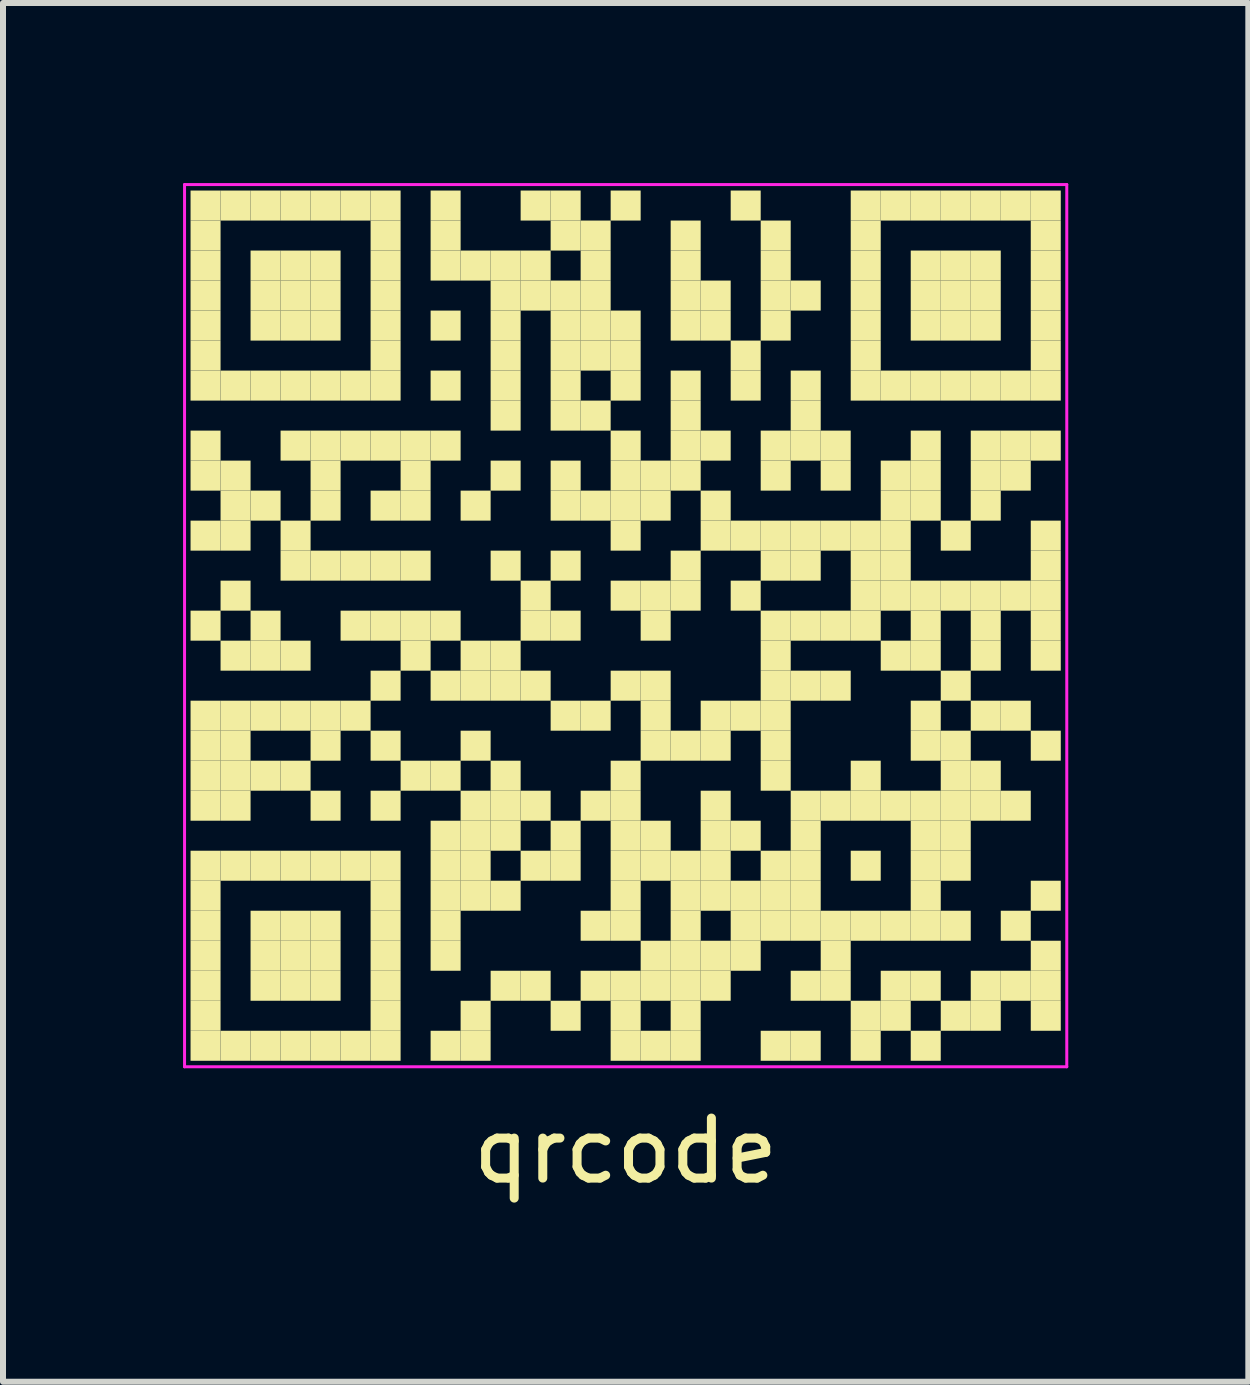
<source format=kicad_pcb>
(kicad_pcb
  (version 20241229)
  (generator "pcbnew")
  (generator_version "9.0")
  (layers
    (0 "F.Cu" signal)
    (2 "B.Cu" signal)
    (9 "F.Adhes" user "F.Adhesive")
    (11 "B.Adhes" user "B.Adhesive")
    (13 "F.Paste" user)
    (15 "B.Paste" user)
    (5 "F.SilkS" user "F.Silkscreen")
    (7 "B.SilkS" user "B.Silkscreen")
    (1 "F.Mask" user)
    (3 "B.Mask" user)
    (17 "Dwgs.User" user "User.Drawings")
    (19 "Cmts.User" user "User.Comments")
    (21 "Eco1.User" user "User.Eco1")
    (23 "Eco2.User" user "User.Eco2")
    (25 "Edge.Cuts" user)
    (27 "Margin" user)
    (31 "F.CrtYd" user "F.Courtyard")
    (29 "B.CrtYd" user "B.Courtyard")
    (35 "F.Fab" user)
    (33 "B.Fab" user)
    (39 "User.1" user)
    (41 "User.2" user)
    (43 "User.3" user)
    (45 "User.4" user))
  (footprint "qrcode"
    (layer "F.Cu")
    (at 7.375 7.375)
    (property "Reference" "qrcode" (at 0 8.75 0) (layer "F.SilkS") (effects (font (size 1 1) (thickness 0.15))))
    (fp_rect (start -7.25 -7.25) (end -6.75 -6.75) (stroke (width 0) (type default)) (fill yes) (layer "F.SilkS"))
    (fp_rect (start -7.25 -6.75) (end -6.75 -6.25) (stroke (width 0) (type default)) (fill yes) (layer "F.SilkS"))
    (fp_rect (start -7.25 -6.25) (end -6.75 -5.75) (stroke (width 0) (type default)) (fill yes) (layer "F.SilkS"))
    (fp_rect (start -7.25 -5.75) (end -6.75 -5.25) (stroke (width 0) (type default)) (fill yes) (layer "F.SilkS"))
    (fp_rect (start -7.25 -5.25) (end -6.75 -4.75) (stroke (width 0) (type default)) (fill yes) (layer "F.SilkS"))
    (fp_rect (start -7.25 -4.75) (end -6.75 -4.25) (stroke (width 0) (type default)) (fill yes) (layer "F.SilkS"))
    (fp_rect (start -7.25 -4.25) (end -6.75 -3.75) (stroke (width 0) (type default)) (fill yes) (layer "F.SilkS"))
    (fp_rect (start -7.25 -3.25) (end -6.75 -2.75) (stroke (width 0) (type default)) (fill yes) (layer "F.SilkS"))
    (fp_rect (start -7.25 -2.75) (end -6.75 -2.25) (stroke (width 0) (type default)) (fill yes) (layer "F.SilkS"))
    (fp_rect (start -7.25 -1.75) (end -6.75 -1.25) (stroke (width 0) (type default)) (fill yes) (layer "F.SilkS"))
    (fp_rect (start -7.25 -0.25) (end -6.75 0.25) (stroke (width 0) (type default)) (fill yes) (layer "F.SilkS"))
    (fp_rect (start -7.25 1.25) (end -6.75 1.75) (stroke (width 0) (type default)) (fill yes) (layer "F.SilkS"))
    (fp_rect (start -7.25 1.75) (end -6.75 2.25) (stroke (width 0) (type default)) (fill yes) (layer "F.SilkS"))
    (fp_rect (start -7.25 2.25) (end -6.75 2.75) (stroke (width 0) (type default)) (fill yes) (layer "F.SilkS"))
    (fp_rect (start -7.25 2.75) (end -6.75 3.25) (stroke (width 0) (type default)) (fill yes) (layer "F.SilkS"))
    (fp_rect (start -7.25 3.75) (end -6.75 4.25) (stroke (width 0) (type default)) (fill yes) (layer "F.SilkS"))
    (fp_rect (start -7.25 4.25) (end -6.75 4.75) (stroke (width 0) (type default)) (fill yes) (layer "F.SilkS"))
    (fp_rect (start -7.25 4.75) (end -6.75 5.25) (stroke (width 0) (type default)) (fill yes) (layer "F.SilkS"))
    (fp_rect (start -7.25 5.25) (end -6.75 5.75) (stroke (width 0) (type default)) (fill yes) (layer "F.SilkS"))
    (fp_rect (start -7.25 5.75) (end -6.75 6.25) (stroke (width 0) (type default)) (fill yes) (layer "F.SilkS"))
    (fp_rect (start -7.25 6.25) (end -6.75 6.75) (stroke (width 0) (type default)) (fill yes) (layer "F.SilkS"))
    (fp_rect (start -7.25 6.75) (end -6.75 7.25) (stroke (width 0) (type default)) (fill yes) (layer "F.SilkS"))
    (fp_rect (start -6.75 -7.25) (end -6.25 -6.75) (stroke (width 0) (type default)) (fill yes) (layer "F.SilkS"))
    (fp_rect (start -6.75 -4.25) (end -6.25 -3.75) (stroke (width 0) (type default)) (fill yes) (layer "F.SilkS"))
    (fp_rect (start -6.75 -2.75) (end -6.25 -2.25) (stroke (width 0) (type default)) (fill yes) (layer "F.SilkS"))
    (fp_rect (start -6.75 -2.25) (end -6.25 -1.75) (stroke (width 0) (type default)) (fill yes) (layer "F.SilkS"))
    (fp_rect (start -6.75 -1.75) (end -6.25 -1.25) (stroke (width 0) (type default)) (fill yes) (layer "F.SilkS"))
    (fp_rect (start -6.75 -0.75) (end -6.25 -0.25) (stroke (width 0) (type default)) (fill yes) (layer "F.SilkS"))
    (fp_rect (start -6.75 0.25) (end -6.25 0.75) (stroke (width 0) (type default)) (fill yes) (layer "F.SilkS"))
    (fp_rect (start -6.75 1.25) (end -6.25 1.75) (stroke (width 0) (type default)) (fill yes) (layer "F.SilkS"))
    (fp_rect (start -6.75 1.75) (end -6.25 2.25) (stroke (width 0) (type default)) (fill yes) (layer "F.SilkS"))
    (fp_rect (start -6.75 2.25) (end -6.25 2.75) (stroke (width 0) (type default)) (fill yes) (layer "F.SilkS"))
    (fp_rect (start -6.75 2.75) (end -6.25 3.25) (stroke (width 0) (type default)) (fill yes) (layer "F.SilkS"))
    (fp_rect (start -6.75 3.75) (end -6.25 4.25) (stroke (width 0) (type default)) (fill yes) (layer "F.SilkS"))
    (fp_rect (start -6.75 6.75) (end -6.25 7.25) (stroke (width 0) (type default)) (fill yes) (layer "F.SilkS"))
    (fp_rect (start -6.25 -7.25) (end -5.75 -6.75) (stroke (width 0) (type default)) (fill yes) (layer "F.SilkS"))
    (fp_rect (start -6.25 -6.25) (end -5.75 -5.75) (stroke (width 0) (type default)) (fill yes) (layer "F.SilkS"))
    (fp_rect (start -6.25 -5.75) (end -5.75 -5.25) (stroke (width 0) (type default)) (fill yes) (layer "F.SilkS"))
    (fp_rect (start -6.25 -5.25) (end -5.75 -4.75) (stroke (width 0) (type default)) (fill yes) (layer "F.SilkS"))
    (fp_rect (start -6.25 -4.25) (end -5.75 -3.75) (stroke (width 0) (type default)) (fill yes) (layer "F.SilkS"))
    (fp_rect (start -6.25 -2.25) (end -5.75 -1.75) (stroke (width 0) (type default)) (fill yes) (layer "F.SilkS"))
    (fp_rect (start -6.25 -0.25) (end -5.75 0.25) (stroke (width 0) (type default)) (fill yes) (layer "F.SilkS"))
    (fp_rect (start -6.25 0.25) (end -5.75 0.75) (stroke (width 0) (type default)) (fill yes) (layer "F.SilkS"))
    (fp_rect (start -6.25 1.25) (end -5.75 1.75) (stroke (width 0) (type default)) (fill yes) (layer "F.SilkS"))
    (fp_rect (start -6.25 2.25) (end -5.75 2.75) (stroke (width 0) (type default)) (fill yes) (layer "F.SilkS"))
    (fp_rect (start -6.25 3.75) (end -5.75 4.25) (stroke (width 0) (type default)) (fill yes) (layer "F.SilkS"))
    (fp_rect (start -6.25 4.75) (end -5.75 5.25) (stroke (width 0) (type default)) (fill yes) (layer "F.SilkS"))
    (fp_rect (start -6.25 5.25) (end -5.75 5.75) (stroke (width 0) (type default)) (fill yes) (layer "F.SilkS"))
    (fp_rect (start -6.25 5.75) (end -5.75 6.25) (stroke (width 0) (type default)) (fill yes) (layer "F.SilkS"))
    (fp_rect (start -6.25 6.75) (end -5.75 7.25) (stroke (width 0) (type default)) (fill yes) (layer "F.SilkS"))
    (fp_rect (start -5.75 -7.25) (end -5.25 -6.75) (stroke (width 0) (type default)) (fill yes) (layer "F.SilkS"))
    (fp_rect (start -5.75 -6.25) (end -5.25 -5.75) (stroke (width 0) (type default)) (fill yes) (layer "F.SilkS"))
    (fp_rect (start -5.75 -5.75) (end -5.25 -5.25) (stroke (width 0) (type default)) (fill yes) (layer "F.SilkS"))
    (fp_rect (start -5.75 -5.25) (end -5.25 -4.75) (stroke (width 0) (type default)) (fill yes) (layer "F.SilkS"))
    (fp_rect (start -5.75 -4.25) (end -5.25 -3.75) (stroke (width 0) (type default)) (fill yes) (layer "F.SilkS"))
    (fp_rect (start -5.75 -3.25) (end -5.25 -2.75) (stroke (width 0) (type default)) (fill yes) (layer "F.SilkS"))
    (fp_rect (start -5.75 -1.75) (end -5.25 -1.25) (stroke (width 0) (type default)) (fill yes) (layer "F.SilkS"))
    (fp_rect (start -5.75 -1.25) (end -5.25 -0.75) (stroke (width 0) (type default)) (fill yes) (layer "F.SilkS"))
    (fp_rect (start -5.75 0.25) (end -5.25 0.75) (stroke (width 0) (type default)) (fill yes) (layer "F.SilkS"))
    (fp_rect (start -5.75 1.25) (end -5.25 1.75) (stroke (width 0) (type default)) (fill yes) (layer "F.SilkS"))
    (fp_rect (start -5.75 2.25) (end -5.25 2.75) (stroke (width 0) (type default)) (fill yes) (layer "F.SilkS"))
    (fp_rect (start -5.75 3.75) (end -5.25 4.25) (stroke (width 0) (type default)) (fill yes) (layer "F.SilkS"))
    (fp_rect (start -5.75 4.75) (end -5.25 5.25) (stroke (width 0) (type default)) (fill yes) (layer "F.SilkS"))
    (fp_rect (start -5.75 5.25) (end -5.25 5.75) (stroke (width 0) (type default)) (fill yes) (layer "F.SilkS"))
    (fp_rect (start -5.75 5.75) (end -5.25 6.25) (stroke (width 0) (type default)) (fill yes) (layer "F.SilkS"))
    (fp_rect (start -5.75 6.75) (end -5.25 7.25) (stroke (width 0) (type default)) (fill yes) (layer "F.SilkS"))
    (fp_rect (start -5.25 -7.25) (end -4.75 -6.75) (stroke (width 0) (type default)) (fill yes) (layer "F.SilkS"))
    (fp_rect (start -5.25 -6.25) (end -4.75 -5.75) (stroke (width 0) (type default)) (fill yes) (layer "F.SilkS"))
    (fp_rect (start -5.25 -5.75) (end -4.75 -5.25) (stroke (width 0) (type default)) (fill yes) (layer "F.SilkS"))
    (fp_rect (start -5.25 -5.25) (end -4.75 -4.75) (stroke (width 0) (type default)) (fill yes) (layer "F.SilkS"))
    (fp_rect (start -5.25 -4.25) (end -4.75 -3.75) (stroke (width 0) (type default)) (fill yes) (layer "F.SilkS"))
    (fp_rect (start -5.25 -3.25) (end -4.75 -2.75) (stroke (width 0) (type default)) (fill yes) (layer "F.SilkS"))
    (fp_rect (start -5.25 -2.75) (end -4.75 -2.25) (stroke (width 0) (type default)) (fill yes) (layer "F.SilkS"))
    (fp_rect (start -5.25 -2.25) (end -4.75 -1.75) (stroke (width 0) (type default)) (fill yes) (layer "F.SilkS"))
    (fp_rect (start -5.25 -1.25) (end -4.75 -0.75) (stroke (width 0) (type default)) (fill yes) (layer "F.SilkS"))
    (fp_rect (start -5.25 1.25) (end -4.75 1.75) (stroke (width 0) (type default)) (fill yes) (layer "F.SilkS"))
    (fp_rect (start -5.25 1.75) (end -4.75 2.25) (stroke (width 0) (type default)) (fill yes) (layer "F.SilkS"))
    (fp_rect (start -5.25 2.75) (end -4.75 3.25) (stroke (width 0) (type default)) (fill yes) (layer "F.SilkS"))
    (fp_rect (start -5.25 3.75) (end -4.75 4.25) (stroke (width 0) (type default)) (fill yes) (layer "F.SilkS"))
    (fp_rect (start -5.25 4.75) (end -4.75 5.25) (stroke (width 0) (type default)) (fill yes) (layer "F.SilkS"))
    (fp_rect (start -5.25 5.25) (end -4.75 5.75) (stroke (width 0) (type default)) (fill yes) (layer "F.SilkS"))
    (fp_rect (start -5.25 5.75) (end -4.75 6.25) (stroke (width 0) (type default)) (fill yes) (layer "F.SilkS"))
    (fp_rect (start -5.25 6.75) (end -4.75 7.25) (stroke (width 0) (type default)) (fill yes) (layer "F.SilkS"))
    (fp_rect (start -4.75 -7.25) (end -4.25 -6.75) (stroke (width 0) (type default)) (fill yes) (layer "F.SilkS"))
    (fp_rect (start -4.75 -4.25) (end -4.25 -3.75) (stroke (width 0) (type default)) (fill yes) (layer "F.SilkS"))
    (fp_rect (start -4.75 -3.25) (end -4.25 -2.75) (stroke (width 0) (type default)) (fill yes) (layer "F.SilkS"))
    (fp_rect (start -4.75 -1.25) (end -4.25 -0.75) (stroke (width 0) (type default)) (fill yes) (layer "F.SilkS"))
    (fp_rect (start -4.75 -0.25) (end -4.25 0.25) (stroke (width 0) (type default)) (fill yes) (layer "F.SilkS"))
    (fp_rect (start -4.75 1.25) (end -4.25 1.75) (stroke (width 0) (type default)) (fill yes) (layer "F.SilkS"))
    (fp_rect (start -4.75 3.75) (end -4.25 4.25) (stroke (width 0) (type default)) (fill yes) (layer "F.SilkS"))
    (fp_rect (start -4.75 6.75) (end -4.25 7.25) (stroke (width 0) (type default)) (fill yes) (layer "F.SilkS"))
    (fp_rect (start -4.25 -7.25) (end -3.75 -6.75) (stroke (width 0) (type default)) (fill yes) (layer "F.SilkS"))
    (fp_rect (start -4.25 -6.75) (end -3.75 -6.25) (stroke (width 0) (type default)) (fill yes) (layer "F.SilkS"))
    (fp_rect (start -4.25 -6.25) (end -3.75 -5.75) (stroke (width 0) (type default)) (fill yes) (layer "F.SilkS"))
    (fp_rect (start -4.25 -5.75) (end -3.75 -5.25) (stroke (width 0) (type default)) (fill yes) (layer "F.SilkS"))
    (fp_rect (start -4.25 -5.25) (end -3.75 -4.75) (stroke (width 0) (type default)) (fill yes) (layer "F.SilkS"))
    (fp_rect (start -4.25 -4.75) (end -3.75 -4.25) (stroke (width 0) (type default)) (fill yes) (layer "F.SilkS"))
    (fp_rect (start -4.25 -4.25) (end -3.75 -3.75) (stroke (width 0) (type default)) (fill yes) (layer "F.SilkS"))
    (fp_rect (start -4.25 -3.25) (end -3.75 -2.75) (stroke (width 0) (type default)) (fill yes) (layer "F.SilkS"))
    (fp_rect (start -4.25 -2.25) (end -3.75 -1.75) (stroke (width 0) (type default)) (fill yes) (layer "F.SilkS"))
    (fp_rect (start -4.25 -1.25) (end -3.75 -0.75) (stroke (width 0) (type default)) (fill yes) (layer "F.SilkS"))
    (fp_rect (start -4.25 -0.25) (end -3.75 0.25) (stroke (width 0) (type default)) (fill yes) (layer "F.SilkS"))
    (fp_rect (start -4.25 0.75) (end -3.75 1.25) (stroke (width 0) (type default)) (fill yes) (layer "F.SilkS"))
    (fp_rect (start -4.25 1.75) (end -3.75 2.25) (stroke (width 0) (type default)) (fill yes) (layer "F.SilkS"))
    (fp_rect (start -4.25 2.75) (end -3.75 3.25) (stroke (width 0) (type default)) (fill yes) (layer "F.SilkS"))
    (fp_rect (start -4.25 3.75) (end -3.75 4.25) (stroke (width 0) (type default)) (fill yes) (layer "F.SilkS"))
    (fp_rect (start -4.25 4.25) (end -3.75 4.75) (stroke (width 0) (type default)) (fill yes) (layer "F.SilkS"))
    (fp_rect (start -4.25 4.75) (end -3.75 5.25) (stroke (width 0) (type default)) (fill yes) (layer "F.SilkS"))
    (fp_rect (start -4.25 5.25) (end -3.75 5.75) (stroke (width 0) (type default)) (fill yes) (layer "F.SilkS"))
    (fp_rect (start -4.25 5.75) (end -3.75 6.25) (stroke (width 0) (type default)) (fill yes) (layer "F.SilkS"))
    (fp_rect (start -4.25 6.25) (end -3.75 6.75) (stroke (width 0) (type default)) (fill yes) (layer "F.SilkS"))
    (fp_rect (start -4.25 6.75) (end -3.75 7.25) (stroke (width 0) (type default)) (fill yes) (layer "F.SilkS"))
    (fp_rect (start -3.75 -3.25) (end -3.25 -2.75) (stroke (width 0) (type default)) (fill yes) (layer "F.SilkS"))
    (fp_rect (start -3.75 -2.75) (end -3.25 -2.25) (stroke (width 0) (type default)) (fill yes) (layer "F.SilkS"))
    (fp_rect (start -3.75 -2.25) (end -3.25 -1.75) (stroke (width 0) (type default)) (fill yes) (layer "F.SilkS"))
    (fp_rect (start -3.75 -1.25) (end -3.25 -0.75) (stroke (width 0) (type default)) (fill yes) (layer "F.SilkS"))
    (fp_rect (start -3.75 -0.25) (end -3.25 0.25) (stroke (width 0) (type default)) (fill yes) (layer "F.SilkS"))
    (fp_rect (start -3.75 0.25) (end -3.25 0.75) (stroke (width 0) (type default)) (fill yes) (layer "F.SilkS"))
    (fp_rect (start -3.75 2.25) (end -3.25 2.75) (stroke (width 0) (type default)) (fill yes) (layer "F.SilkS"))
    (fp_rect (start -3.25 -7.25) (end -2.75 -6.75) (stroke (width 0) (type default)) (fill yes) (layer "F.SilkS"))
    (fp_rect (start -3.25 -6.75) (end -2.75 -6.25) (stroke (width 0) (type default)) (fill yes) (layer "F.SilkS"))
    (fp_rect (start -3.25 -6.25) (end -2.75 -5.75) (stroke (width 0) (type default)) (fill yes) (layer "F.SilkS"))
    (fp_rect (start -3.25 -5.25) (end -2.75 -4.75) (stroke (width 0) (type default)) (fill yes) (layer "F.SilkS"))
    (fp_rect (start -3.25 -4.25) (end -2.75 -3.75) (stroke (width 0) (type default)) (fill yes) (layer "F.SilkS"))
    (fp_rect (start -3.25 -3.25) (end -2.75 -2.75) (stroke (width 0) (type default)) (fill yes) (layer "F.SilkS"))
    (fp_rect (start -3.25 -0.25) (end -2.75 0.25) (stroke (width 0) (type default)) (fill yes) (layer "F.SilkS"))
    (fp_rect (start -3.25 0.75) (end -2.75 1.25) (stroke (width 0) (type default)) (fill yes) (layer "F.SilkS"))
    (fp_rect (start -3.25 2.25) (end -2.75 2.75) (stroke (width 0) (type default)) (fill yes) (layer "F.SilkS"))
    (fp_rect (start -3.25 3.25) (end -2.75 3.75) (stroke (width 0) (type default)) (fill yes) (layer "F.SilkS"))
    (fp_rect (start -3.25 3.75) (end -2.75 4.25) (stroke (width 0) (type default)) (fill yes) (layer "F.SilkS"))
    (fp_rect (start -3.25 4.25) (end -2.75 4.75) (stroke (width 0) (type default)) (fill yes) (layer "F.SilkS"))
    (fp_rect (start -3.25 4.75) (end -2.75 5.25) (stroke (width 0) (type default)) (fill yes) (layer "F.SilkS"))
    (fp_rect (start -3.25 5.25) (end -2.75 5.75) (stroke (width 0) (type default)) (fill yes) (layer "F.SilkS"))
    (fp_rect (start -3.25 6.75) (end -2.75 7.25) (stroke (width 0) (type default)) (fill yes) (layer "F.SilkS"))
    (fp_rect (start -2.75 -6.25) (end -2.25 -5.75) (stroke (width 0) (type default)) (fill yes) (layer "F.SilkS"))
    (fp_rect (start -2.75 -2.25) (end -2.25 -1.75) (stroke (width 0) (type default)) (fill yes) (layer "F.SilkS"))
    (fp_rect (start -2.75 0.25) (end -2.25 0.75) (stroke (width 0) (type default)) (fill yes) (layer "F.SilkS"))
    (fp_rect (start -2.75 0.75) (end -2.25 1.25) (stroke (width 0) (type default)) (fill yes) (layer "F.SilkS"))
    (fp_rect (start -2.75 1.75) (end -2.25 2.25) (stroke (width 0) (type default)) (fill yes) (layer "F.SilkS"))
    (fp_rect (start -2.75 2.75) (end -2.25 3.25) (stroke (width 0) (type default)) (fill yes) (layer "F.SilkS"))
    (fp_rect (start -2.75 3.25) (end -2.25 3.75) (stroke (width 0) (type default)) (fill yes) (layer "F.SilkS"))
    (fp_rect (start -2.75 3.75) (end -2.25 4.25) (stroke (width 0) (type default)) (fill yes) (layer "F.SilkS"))
    (fp_rect (start -2.75 4.25) (end -2.25 4.75) (stroke (width 0) (type default)) (fill yes) (layer "F.SilkS"))
    (fp_rect (start -2.75 6.25) (end -2.25 6.75) (stroke (width 0) (type default)) (fill yes) (layer "F.SilkS"))
    (fp_rect (start -2.75 6.75) (end -2.25 7.25) (stroke (width 0) (type default)) (fill yes) (layer "F.SilkS"))
    (fp_rect (start -2.25 -6.25) (end -1.75 -5.75) (stroke (width 0) (type default)) (fill yes) (layer "F.SilkS"))
    (fp_rect (start -2.25 -5.75) (end -1.75 -5.25) (stroke (width 0) (type default)) (fill yes) (layer "F.SilkS"))
    (fp_rect (start -2.25 -5.25) (end -1.75 -4.75) (stroke (width 0) (type default)) (fill yes) (layer "F.SilkS"))
    (fp_rect (start -2.25 -4.75) (end -1.75 -4.25) (stroke (width 0) (type default)) (fill yes) (layer "F.SilkS"))
    (fp_rect (start -2.25 -4.25) (end -1.75 -3.75) (stroke (width 0) (type default)) (fill yes) (layer "F.SilkS"))
    (fp_rect (start -2.25 -3.75) (end -1.75 -3.25) (stroke (width 0) (type default)) (fill yes) (layer "F.SilkS"))
    (fp_rect (start -2.25 -2.75) (end -1.75 -2.25) (stroke (width 0) (type default)) (fill yes) (layer "F.SilkS"))
    (fp_rect (start -2.25 -1.25) (end -1.75 -0.75) (stroke (width 0) (type default)) (fill yes) (layer "F.SilkS"))
    (fp_rect (start -2.25 0.25) (end -1.75 0.75) (stroke (width 0) (type default)) (fill yes) (layer "F.SilkS"))
    (fp_rect (start -2.25 0.75) (end -1.75 1.25) (stroke (width 0) (type default)) (fill yes) (layer "F.SilkS"))
    (fp_rect (start -2.25 2.25) (end -1.75 2.75) (stroke (width 0) (type default)) (fill yes) (layer "F.SilkS"))
    (fp_rect (start -2.25 2.75) (end -1.75 3.25) (stroke (width 0) (type default)) (fill yes) (layer "F.SilkS"))
    (fp_rect (start -2.25 3.25) (end -1.75 3.75) (stroke (width 0) (type default)) (fill yes) (layer "F.SilkS"))
    (fp_rect (start -2.25 4.25) (end -1.75 4.75) (stroke (width 0) (type default)) (fill yes) (layer "F.SilkS"))
    (fp_rect (start -2.25 5.75) (end -1.75 6.25) (stroke (width 0) (type default)) (fill yes) (layer "F.SilkS"))
    (fp_rect (start -1.75 -7.25) (end -1.25 -6.75) (stroke (width 0) (type default)) (fill yes) (layer "F.SilkS"))
    (fp_rect (start -1.75 -6.25) (end -1.25 -5.75) (stroke (width 0) (type default)) (fill yes) (layer "F.SilkS"))
    (fp_rect (start -1.75 -5.75) (end -1.25 -5.25) (stroke (width 0) (type default)) (fill yes) (layer "F.SilkS"))
    (fp_rect (start -1.75 -0.75) (end -1.25 -0.25) (stroke (width 0) (type default)) (fill yes) (layer "F.SilkS"))
    (fp_rect (start -1.75 -0.25) (end -1.25 0.25) (stroke (width 0) (type default)) (fill yes) (layer "F.SilkS"))
    (fp_rect (start -1.75 0.75) (end -1.25 1.25) (stroke (width 0) (type default)) (fill yes) (layer "F.SilkS"))
    (fp_rect (start -1.75 2.75) (end -1.25 3.25) (stroke (width 0) (type default)) (fill yes) (layer "F.SilkS"))
    (fp_rect (start -1.75 3.75) (end -1.25 4.25) (stroke (width 0) (type default)) (fill yes) (layer "F.SilkS"))
    (fp_rect (start -1.75 5.75) (end -1.25 6.25) (stroke (width 0) (type default)) (fill yes) (layer "F.SilkS"))
    (fp_rect (start -1.25 -7.25) (end -0.75 -6.75) (stroke (width 0) (type default)) (fill yes) (layer "F.SilkS"))
    (fp_rect (start -1.25 -6.75) (end -0.75 -6.25) (stroke (width 0) (type default)) (fill yes) (layer "F.SilkS"))
    (fp_rect (start -1.25 -5.75) (end -0.75 -5.25) (stroke (width 0) (type default)) (fill yes) (layer "F.SilkS"))
    (fp_rect (start -1.25 -5.25) (end -0.75 -4.75) (stroke (width 0) (type default)) (fill yes) (layer "F.SilkS"))
    (fp_rect (start -1.25 -4.75) (end -0.75 -4.25) (stroke (width 0) (type default)) (fill yes) (layer "F.SilkS"))
    (fp_rect (start -1.25 -4.25) (end -0.75 -3.75) (stroke (width 0) (type default)) (fill yes) (layer "F.SilkS"))
    (fp_rect (start -1.25 -3.75) (end -0.75 -3.25) (stroke (width 0) (type default)) (fill yes) (layer "F.SilkS"))
    (fp_rect (start -1.25 -2.75) (end -0.75 -2.25) (stroke (width 0) (type default)) (fill yes) (layer "F.SilkS"))
    (fp_rect (start -1.25 -2.25) (end -0.75 -1.75) (stroke (width 0) (type default)) (fill yes) (layer "F.SilkS"))
    (fp_rect (start -1.25 -1.25) (end -0.75 -0.75) (stroke (width 0) (type default)) (fill yes) (layer "F.SilkS"))
    (fp_rect (start -1.25 -0.25) (end -0.75 0.25) (stroke (width 0) (type default)) (fill yes) (layer "F.SilkS"))
    (fp_rect (start -1.25 1.25) (end -0.75 1.75) (stroke (width 0) (type default)) (fill yes) (layer "F.SilkS"))
    (fp_rect (start -1.25 3.25) (end -0.75 3.75) (stroke (width 0) (type default)) (fill yes) (layer "F.SilkS"))
    (fp_rect (start -1.25 3.75) (end -0.75 4.25) (stroke (width 0) (type default)) (fill yes) (layer "F.SilkS"))
    (fp_rect (start -1.25 6.25) (end -0.75 6.75) (stroke (width 0) (type default)) (fill yes) (layer "F.SilkS"))
    (fp_rect (start -0.75 -6.75) (end -0.25 -6.25) (stroke (width 0) (type default)) (fill yes) (layer "F.SilkS"))
    (fp_rect (start -0.75 -6.25) (end -0.25 -5.75) (stroke (width 0) (type default)) (fill yes) (layer "F.SilkS"))
    (fp_rect (start -0.75 -5.75) (end -0.25 -5.25) (stroke (width 0) (type default)) (fill yes) (layer "F.SilkS"))
    (fp_rect (start -0.75 -5.25) (end -0.25 -4.75) (stroke (width 0) (type default)) (fill yes) (layer "F.SilkS"))
    (fp_rect (start -0.75 -4.75) (end -0.25 -4.25) (stroke (width 0) (type default)) (fill yes) (layer "F.SilkS"))
    (fp_rect (start -0.75 -3.75) (end -0.25 -3.25) (stroke (width 0) (type default)) (fill yes) (layer "F.SilkS"))
    (fp_rect (start -0.75 -2.25) (end -0.25 -1.75) (stroke (width 0) (type default)) (fill yes) (layer "F.SilkS"))
    (fp_rect (start -0.75 1.25) (end -0.25 1.75) (stroke (width 0) (type default)) (fill yes) (layer "F.SilkS"))
    (fp_rect (start -0.75 2.75) (end -0.25 3.25) (stroke (width 0) (type default)) (fill yes) (layer "F.SilkS"))
    (fp_rect (start -0.75 4.75) (end -0.25 5.25) (stroke (width 0) (type default)) (fill yes) (layer "F.SilkS"))
    (fp_rect (start -0.75 5.75) (end -0.25 6.25) (stroke (width 0) (type default)) (fill yes) (layer "F.SilkS"))
    (fp_rect (start -0.25 -7.25) (end 0.25 -6.75) (stroke (width 0) (type default)) (fill yes) (layer "F.SilkS"))
    (fp_rect (start -0.25 -5.25) (end 0.25 -4.75) (stroke (width 0) (type default)) (fill yes) (layer "F.SilkS"))
    (fp_rect (start -0.25 -4.75) (end 0.25 -4.25) (stroke (width 0) (type default)) (fill yes) (layer "F.SilkS"))
    (fp_rect (start -0.25 -4.25) (end 0.25 -3.75) (stroke (width 0) (type default)) (fill yes) (layer "F.SilkS"))
    (fp_rect (start -0.25 -3.25) (end 0.25 -2.75) (stroke (width 0) (type default)) (fill yes) (layer "F.SilkS"))
    (fp_rect (start -0.25 -2.75) (end 0.25 -2.25) (stroke (width 0) (type default)) (fill yes) (layer "F.SilkS"))
    (fp_rect (start -0.25 -2.25) (end 0.25 -1.75) (stroke (width 0) (type default)) (fill yes) (layer "F.SilkS"))
    (fp_rect (start -0.25 -1.75) (end 0.25 -1.25) (stroke (width 0) (type default)) (fill yes) (layer "F.SilkS"))
    (fp_rect (start -0.25 -0.75) (end 0.25 -0.25) (stroke (width 0) (type default)) (fill yes) (layer "F.SilkS"))
    (fp_rect (start -0.25 0.75) (end 0.25 1.25) (stroke (width 0) (type default)) (fill yes) (layer "F.SilkS"))
    (fp_rect (start -0.25 2.25) (end 0.25 2.75) (stroke (width 0) (type default)) (fill yes) (layer "F.SilkS"))
    (fp_rect (start -0.25 2.75) (end 0.25 3.25) (stroke (width 0) (type default)) (fill yes) (layer "F.SilkS"))
    (fp_rect (start -0.25 3.25) (end 0.25 3.75) (stroke (width 0) (type default)) (fill yes) (layer "F.SilkS"))
    (fp_rect (start -0.25 3.75) (end 0.25 4.25) (stroke (width 0) (type default)) (fill yes) (layer "F.SilkS"))
    (fp_rect (start -0.25 4.25) (end 0.25 4.75) (stroke (width 0) (type default)) (fill yes) (layer "F.SilkS"))
    (fp_rect (start -0.25 4.75) (end 0.25 5.25) (stroke (width 0) (type default)) (fill yes) (layer "F.SilkS"))
    (fp_rect (start -0.25 5.75) (end 0.25 6.25) (stroke (width 0) (type default)) (fill yes) (layer "F.SilkS"))
    (fp_rect (start -0.25 6.25) (end 0.25 6.75) (stroke (width 0) (type default)) (fill yes) (layer "F.SilkS"))
    (fp_rect (start -0.25 6.75) (end 0.25 7.25) (stroke (width 0) (type default)) (fill yes) (layer "F.SilkS"))
    (fp_rect (start 0.25 -2.75) (end 0.75 -2.25) (stroke (width 0) (type default)) (fill yes) (layer "F.SilkS"))
    (fp_rect (start 0.25 -2.25) (end 0.75 -1.75) (stroke (width 0) (type default)) (fill yes) (layer "F.SilkS"))
    (fp_rect (start 0.25 -0.75) (end 0.75 -0.25) (stroke (width 0) (type default)) (fill yes) (layer "F.SilkS"))
    (fp_rect (start 0.25 -0.25) (end 0.75 0.25) (stroke (width 0) (type default)) (fill yes) (layer "F.SilkS"))
    (fp_rect (start 0.25 0.75) (end 0.75 1.25) (stroke (width 0) (type default)) (fill yes) (layer "F.SilkS"))
    (fp_rect (start 0.25 1.25) (end 0.75 1.75) (stroke (width 0) (type default)) (fill yes) (layer "F.SilkS"))
    (fp_rect (start 0.25 1.75) (end 0.75 2.25) (stroke (width 0) (type default)) (fill yes) (layer "F.SilkS"))
    (fp_rect (start 0.25 3.25) (end 0.75 3.75) (stroke (width 0) (type default)) (fill yes) (layer "F.SilkS"))
    (fp_rect (start 0.25 3.75) (end 0.75 4.25) (stroke (width 0) (type default)) (fill yes) (layer "F.SilkS"))
    (fp_rect (start 0.25 5.25) (end 0.75 5.75) (stroke (width 0) (type default)) (fill yes) (layer "F.SilkS"))
    (fp_rect (start 0.25 5.75) (end 0.75 6.25) (stroke (width 0) (type default)) (fill yes) (layer "F.SilkS"))
    (fp_rect (start 0.25 6.75) (end 0.75 7.25) (stroke (width 0) (type default)) (fill yes) (layer "F.SilkS"))
    (fp_rect (start 0.75 -6.75) (end 1.25 -6.25) (stroke (width 0) (type default)) (fill yes) (layer "F.SilkS"))
    (fp_rect (start 0.75 -6.25) (end 1.25 -5.75) (stroke (width 0) (type default)) (fill yes) (layer "F.SilkS"))
    (fp_rect (start 0.75 -5.75) (end 1.25 -5.25) (stroke (width 0) (type default)) (fill yes) (layer "F.SilkS"))
    (fp_rect (start 0.75 -5.25) (end 1.25 -4.75) (stroke (width 0) (type default)) (fill yes) (layer "F.SilkS"))
    (fp_rect (start 0.75 -4.25) (end 1.25 -3.75) (stroke (width 0) (type default)) (fill yes) (layer "F.SilkS"))
    (fp_rect (start 0.75 -3.75) (end 1.25 -3.25) (stroke (width 0) (type default)) (fill yes) (layer "F.SilkS"))
    (fp_rect (start 0.75 -3.25) (end 1.25 -2.75) (stroke (width 0) (type default)) (fill yes) (layer "F.SilkS"))
    (fp_rect (start 0.75 -2.75) (end 1.25 -2.25) (stroke (width 0) (type default)) (fill yes) (layer "F.SilkS"))
    (fp_rect (start 0.75 -1.25) (end 1.25 -0.75) (stroke (width 0) (type default)) (fill yes) (layer "F.SilkS"))
    (fp_rect (start 0.75 -0.75) (end 1.25 -0.25) (stroke (width 0) (type default)) (fill yes) (layer "F.SilkS"))
    (fp_rect (start 0.75 1.75) (end 1.25 2.25) (stroke (width 0) (type default)) (fill yes) (layer "F.SilkS"))
    (fp_rect (start 0.75 3.75) (end 1.25 4.25) (stroke (width 0) (type default)) (fill yes) (layer "F.SilkS"))
    (fp_rect (start 0.75 4.25) (end 1.25 4.75) (stroke (width 0) (type default)) (fill yes) (layer "F.SilkS"))
    (fp_rect (start 0.75 4.75) (end 1.25 5.25) (stroke (width 0) (type default)) (fill yes) (layer "F.SilkS"))
    (fp_rect (start 0.75 5.25) (end 1.25 5.75) (stroke (width 0) (type default)) (fill yes) (layer "F.SilkS"))
    (fp_rect (start 0.75 5.75) (end 1.25 6.25) (stroke (width 0) (type default)) (fill yes) (layer "F.SilkS"))
    (fp_rect (start 0.75 6.25) (end 1.25 6.75) (stroke (width 0) (type default)) (fill yes) (layer "F.SilkS"))
    (fp_rect (start 0.75 6.75) (end 1.25 7.25) (stroke (width 0) (type default)) (fill yes) (layer "F.SilkS"))
    (fp_rect (start 1.25 -5.75) (end 1.75 -5.25) (stroke (width 0) (type default)) (fill yes) (layer "F.SilkS"))
    (fp_rect (start 1.25 -5.25) (end 1.75 -4.75) (stroke (width 0) (type default)) (fill yes) (layer "F.SilkS"))
    (fp_rect (start 1.25 -3.25) (end 1.75 -2.75) (stroke (width 0) (type default)) (fill yes) (layer "F.SilkS"))
    (fp_rect (start 1.25 -2.25) (end 1.75 -1.75) (stroke (width 0) (type default)) (fill yes) (layer "F.SilkS"))
    (fp_rect (start 1.25 -1.75) (end 1.75 -1.25) (stroke (width 0) (type default)) (fill yes) (layer "F.SilkS"))
    (fp_rect (start 1.25 1.25) (end 1.75 1.75) (stroke (width 0) (type default)) (fill yes) (layer "F.SilkS"))
    (fp_rect (start 1.25 1.75) (end 1.75 2.25) (stroke (width 0) (type default)) (fill yes) (layer "F.SilkS"))
    (fp_rect (start 1.25 2.75) (end 1.75 3.25) (stroke (width 0) (type default)) (fill yes) (layer "F.SilkS"))
    (fp_rect (start 1.25 3.25) (end 1.75 3.75) (stroke (width 0) (type default)) (fill yes) (layer "F.SilkS"))
    (fp_rect (start 1.25 3.75) (end 1.75 4.25) (stroke (width 0) (type default)) (fill yes) (layer "F.SilkS"))
    (fp_rect (start 1.25 4.25) (end 1.75 4.75) (stroke (width 0) (type default)) (fill yes) (layer "F.SilkS"))
    (fp_rect (start 1.25 5.25) (end 1.75 5.75) (stroke (width 0) (type default)) (fill yes) (layer "F.SilkS"))
    (fp_rect (start 1.25 5.75) (end 1.75 6.25) (stroke (width 0) (type default)) (fill yes) (layer "F.SilkS"))
    (fp_rect (start 1.75 -7.25) (end 2.25 -6.75) (stroke (width 0) (type default)) (fill yes) (layer "F.SilkS"))
    (fp_rect (start 1.75 -4.75) (end 2.25 -4.25) (stroke (width 0) (type default)) (fill yes) (layer "F.SilkS"))
    (fp_rect (start 1.75 -4.25) (end 2.25 -3.75) (stroke (width 0) (type default)) (fill yes) (layer "F.SilkS"))
    (fp_rect (start 1.75 -1.75) (end 2.25 -1.25) (stroke (width 0) (type default)) (fill yes) (layer "F.SilkS"))
    (fp_rect (start 1.75 -0.75) (end 2.25 -0.25) (stroke (width 0) (type default)) (fill yes) (layer "F.SilkS"))
    (fp_rect (start 1.75 1.25) (end 2.25 1.75) (stroke (width 0) (type default)) (fill yes) (layer "F.SilkS"))
    (fp_rect (start 1.75 3.25) (end 2.25 3.75) (stroke (width 0) (type default)) (fill yes) (layer "F.SilkS"))
    (fp_rect (start 1.75 4.25) (end 2.25 4.75) (stroke (width 0) (type default)) (fill yes) (layer "F.SilkS"))
    (fp_rect (start 1.75 4.75) (end 2.25 5.25) (stroke (width 0) (type default)) (fill yes) (layer "F.SilkS"))
    (fp_rect (start 1.75 5.25) (end 2.25 5.75) (stroke (width 0) (type default)) (fill yes) (layer "F.SilkS"))
    (fp_rect (start 2.25 -6.75) (end 2.75 -6.25) (stroke (width 0) (type default)) (fill yes) (layer "F.SilkS"))
    (fp_rect (start 2.25 -6.25) (end 2.75 -5.75) (stroke (width 0) (type default)) (fill yes) (layer "F.SilkS"))
    (fp_rect (start 2.25 -5.75) (end 2.75 -5.25) (stroke (width 0) (type default)) (fill yes) (layer "F.SilkS"))
    (fp_rect (start 2.25 -5.25) (end 2.75 -4.75) (stroke (width 0) (type default)) (fill yes) (layer "F.SilkS"))
    (fp_rect (start 2.25 -3.25) (end 2.75 -2.75) (stroke (width 0) (type default)) (fill yes) (layer "F.SilkS"))
    (fp_rect (start 2.25 -2.75) (end 2.75 -2.25) (stroke (width 0) (type default)) (fill yes) (layer "F.SilkS"))
    (fp_rect (start 2.25 -1.75) (end 2.75 -1.25) (stroke (width 0) (type default)) (fill yes) (layer "F.SilkS"))
    (fp_rect (start 2.25 -1.25) (end 2.75 -0.75) (stroke (width 0) (type default)) (fill yes) (layer "F.SilkS"))
    (fp_rect (start 2.25 -0.25) (end 2.75 0.25) (stroke (width 0) (type default)) (fill yes) (layer "F.SilkS"))
    (fp_rect (start 2.25 0.25) (end 2.75 0.75) (stroke (width 0) (type default)) (fill yes) (layer "F.SilkS"))
    (fp_rect (start 2.25 0.75) (end 2.75 1.25) (stroke (width 0) (type default)) (fill yes) (layer "F.SilkS"))
    (fp_rect (start 2.25 1.25) (end 2.75 1.75) (stroke (width 0) (type default)) (fill yes) (layer "F.SilkS"))
    (fp_rect (start 2.25 1.75) (end 2.75 2.25) (stroke (width 0) (type default)) (fill yes) (layer "F.SilkS"))
    (fp_rect (start 2.25 2.25) (end 2.75 2.75) (stroke (width 0) (type default)) (fill yes) (layer "F.SilkS"))
    (fp_rect (start 2.25 3.75) (end 2.75 4.25) (stroke (width 0) (type default)) (fill yes) (layer "F.SilkS"))
    (fp_rect (start 2.25 4.25) (end 2.75 4.75) (stroke (width 0) (type default)) (fill yes) (layer "F.SilkS"))
    (fp_rect (start 2.25 4.75) (end 2.75 5.25) (stroke (width 0) (type default)) (fill yes) (layer "F.SilkS"))
    (fp_rect (start 2.25 6.75) (end 2.75 7.25) (stroke (width 0) (type default)) (fill yes) (layer "F.SilkS"))
    (fp_rect (start 2.75 -5.75) (end 3.25 -5.25) (stroke (width 0) (type default)) (fill yes) (layer "F.SilkS"))
    (fp_rect (start 2.75 -4.25) (end 3.25 -3.75) (stroke (width 0) (type default)) (fill yes) (layer "F.SilkS"))
    (fp_rect (start 2.75 -3.75) (end 3.25 -3.25) (stroke (width 0) (type default)) (fill yes) (layer "F.SilkS"))
    (fp_rect (start 2.75 -3.25) (end 3.25 -2.75) (stroke (width 0) (type default)) (fill yes) (layer "F.SilkS"))
    (fp_rect (start 2.75 -1.75) (end 3.25 -1.25) (stroke (width 0) (type default)) (fill yes) (layer "F.SilkS"))
    (fp_rect (start 2.75 -1.25) (end 3.25 -0.75) (stroke (width 0) (type default)) (fill yes) (layer "F.SilkS"))
    (fp_rect (start 2.75 -0.25) (end 3.25 0.25) (stroke (width 0) (type default)) (fill yes) (layer "F.SilkS"))
    (fp_rect (start 2.75 0.75) (end 3.25 1.25) (stroke (width 0) (type default)) (fill yes) (layer "F.SilkS"))
    (fp_rect (start 2.75 2.75) (end 3.25 3.25) (stroke (width 0) (type default)) (fill yes) (layer "F.SilkS"))
    (fp_rect (start 2.75 3.25) (end 3.25 3.75) (stroke (width 0) (type default)) (fill yes) (layer "F.SilkS"))
    (fp_rect (start 2.75 3.75) (end 3.25 4.25) (stroke (width 0) (type default)) (fill yes) (layer "F.SilkS"))
    (fp_rect (start 2.75 4.25) (end 3.25 4.75) (stroke (width 0) (type default)) (fill yes) (layer "F.SilkS"))
    (fp_rect (start 2.75 4.75) (end 3.25 5.25) (stroke (width 0) (type default)) (fill yes) (layer "F.SilkS"))
    (fp_rect (start 2.75 5.75) (end 3.25 6.25) (stroke (width 0) (type default)) (fill yes) (layer "F.SilkS"))
    (fp_rect (start 2.75 6.75) (end 3.25 7.25) (stroke (width 0) (type default)) (fill yes) (layer "F.SilkS"))
    (fp_rect (start 3.25 -3.25) (end 3.75 -2.75) (stroke (width 0) (type default)) (fill yes) (layer "F.SilkS"))
    (fp_rect (start 3.25 -2.75) (end 3.75 -2.25) (stroke (width 0) (type default)) (fill yes) (layer "F.SilkS"))
    (fp_rect (start 3.25 -1.75) (end 3.75 -1.25) (stroke (width 0) (type default)) (fill yes) (layer "F.SilkS"))
    (fp_rect (start 3.25 -0.25) (end 3.75 0.25) (stroke (width 0) (type default)) (fill yes) (layer "F.SilkS"))
    (fp_rect (start 3.25 0.75) (end 3.75 1.25) (stroke (width 0) (type default)) (fill yes) (layer "F.SilkS"))
    (fp_rect (start 3.25 2.75) (end 3.75 3.25) (stroke (width 0) (type default)) (fill yes) (layer "F.SilkS"))
    (fp_rect (start 3.25 4.75) (end 3.75 5.25) (stroke (width 0) (type default)) (fill yes) (layer "F.SilkS"))
    (fp_rect (start 3.25 5.25) (end 3.75 5.75) (stroke (width 0) (type default)) (fill yes) (layer "F.SilkS"))
    (fp_rect (start 3.25 5.75) (end 3.75 6.25) (stroke (width 0) (type default)) (fill yes) (layer "F.SilkS"))
    (fp_rect (start 3.75 -7.25) (end 4.25 -6.75) (stroke (width 0) (type default)) (fill yes) (layer "F.SilkS"))
    (fp_rect (start 3.75 -6.75) (end 4.25 -6.25) (stroke (width 0) (type default)) (fill yes) (layer "F.SilkS"))
    (fp_rect (start 3.75 -6.25) (end 4.25 -5.75) (stroke (width 0) (type default)) (fill yes) (layer "F.SilkS"))
    (fp_rect (start 3.75 -5.75) (end 4.25 -5.25) (stroke (width 0) (type default)) (fill yes) (layer "F.SilkS"))
    (fp_rect (start 3.75 -5.25) (end 4.25 -4.75) (stroke (width 0) (type default)) (fill yes) (layer "F.SilkS"))
    (fp_rect (start 3.75 -4.75) (end 4.25 -4.25) (stroke (width 0) (type default)) (fill yes) (layer "F.SilkS"))
    (fp_rect (start 3.75 -4.25) (end 4.25 -3.75) (stroke (width 0) (type default)) (fill yes) (layer "F.SilkS"))
    (fp_rect (start 3.75 -1.75) (end 4.25 -1.25) (stroke (width 0) (type default)) (fill yes) (layer "F.SilkS"))
    (fp_rect (start 3.75 -1.25) (end 4.25 -0.75) (stroke (width 0) (type default)) (fill yes) (layer "F.SilkS"))
    (fp_rect (start 3.75 -0.75) (end 4.25 -0.25) (stroke (width 0) (type default)) (fill yes) (layer "F.SilkS"))
    (fp_rect (start 3.75 -0.25) (end 4.25 0.25) (stroke (width 0) (type default)) (fill yes) (layer "F.SilkS"))
    (fp_rect (start 3.75 2.25) (end 4.25 2.75) (stroke (width 0) (type default)) (fill yes) (layer "F.SilkS"))
    (fp_rect (start 3.75 2.75) (end 4.25 3.25) (stroke (width 0) (type default)) (fill yes) (layer "F.SilkS"))
    (fp_rect (start 3.75 3.75) (end 4.25 4.25) (stroke (width 0) (type default)) (fill yes) (layer "F.SilkS"))
    (fp_rect (start 3.75 4.75) (end 4.25 5.25) (stroke (width 0) (type default)) (fill yes) (layer "F.SilkS"))
    (fp_rect (start 3.75 6.25) (end 4.25 6.75) (stroke (width 0) (type default)) (fill yes) (layer "F.SilkS"))
    (fp_rect (start 3.75 6.75) (end 4.25 7.25) (stroke (width 0) (type default)) (fill yes) (layer "F.SilkS"))
    (fp_rect (start 4.25 -7.25) (end 4.75 -6.75) (stroke (width 0) (type default)) (fill yes) (layer "F.SilkS"))
    (fp_rect (start 4.25 -4.25) (end 4.75 -3.75) (stroke (width 0) (type default)) (fill yes) (layer "F.SilkS"))
    (fp_rect (start 4.25 -2.75) (end 4.75 -2.25) (stroke (width 0) (type default)) (fill yes) (layer "F.SilkS"))
    (fp_rect (start 4.25 -2.25) (end 4.75 -1.75) (stroke (width 0) (type default)) (fill yes) (layer "F.SilkS"))
    (fp_rect (start 4.25 -1.75) (end 4.75 -1.25) (stroke (width 0) (type default)) (fill yes) (layer "F.SilkS"))
    (fp_rect (start 4.25 -1.25) (end 4.75 -0.75) (stroke (width 0) (type default)) (fill yes) (layer "F.SilkS"))
    (fp_rect (start 4.25 -0.75) (end 4.75 -0.25) (stroke (width 0) (type default)) (fill yes) (layer "F.SilkS"))
    (fp_rect (start 4.25 0.25) (end 4.75 0.75) (stroke (width 0) (type default)) (fill yes) (layer "F.SilkS"))
    (fp_rect (start 4.25 2.75) (end 4.75 3.25) (stroke (width 0) (type default)) (fill yes) (layer "F.SilkS"))
    (fp_rect (start 4.25 4.75) (end 4.75 5.25) (stroke (width 0) (type default)) (fill yes) (layer "F.SilkS"))
    (fp_rect (start 4.25 5.75) (end 4.75 6.25) (stroke (width 0) (type default)) (fill yes) (layer "F.SilkS"))
    (fp_rect (start 4.25 6.25) (end 4.75 6.75) (stroke (width 0) (type default)) (fill yes) (layer "F.SilkS"))
    (fp_rect (start 4.75 -7.25) (end 5.25 -6.75) (stroke (width 0) (type default)) (fill yes) (layer "F.SilkS"))
    (fp_rect (start 4.75 -6.25) (end 5.25 -5.75) (stroke (width 0) (type default)) (fill yes) (layer "F.SilkS"))
    (fp_rect (start 4.75 -5.75) (end 5.25 -5.25) (stroke (width 0) (type default)) (fill yes) (layer "F.SilkS"))
    (fp_rect (start 4.75 -5.25) (end 5.25 -4.75) (stroke (width 0) (type default)) (fill yes) (layer "F.SilkS"))
    (fp_rect (start 4.75 -4.25) (end 5.25 -3.75) (stroke (width 0) (type default)) (fill yes) (layer "F.SilkS"))
    (fp_rect (start 4.75 -3.25) (end 5.25 -2.75) (stroke (width 0) (type default)) (fill yes) (layer "F.SilkS"))
    (fp_rect (start 4.75 -2.75) (end 5.25 -2.25) (stroke (width 0) (type default)) (fill yes) (layer "F.SilkS"))
    (fp_rect (start 4.75 -2.25) (end 5.25 -1.75) (stroke (width 0) (type default)) (fill yes) (layer "F.SilkS"))
    (fp_rect (start 4.75 -0.75) (end 5.25 -0.25) (stroke (width 0) (type default)) (fill yes) (layer "F.SilkS"))
    (fp_rect (start 4.75 -0.25) (end 5.25 0.25) (stroke (width 0) (type default)) (fill yes) (layer "F.SilkS"))
    (fp_rect (start 4.75 0.25) (end 5.25 0.75) (stroke (width 0) (type default)) (fill yes) (layer "F.SilkS"))
    (fp_rect (start 4.75 1.25) (end 5.25 1.75) (stroke (width 0) (type default)) (fill yes) (layer "F.SilkS"))
    (fp_rect (start 4.75 1.75) (end 5.25 2.25) (stroke (width 0) (type default)) (fill yes) (layer "F.SilkS"))
    (fp_rect (start 4.75 2.75) (end 5.25 3.25) (stroke (width 0) (type default)) (fill yes) (layer "F.SilkS"))
    (fp_rect (start 4.75 3.25) (end 5.25 3.75) (stroke (width 0) (type default)) (fill yes) (layer "F.SilkS"))
    (fp_rect (start 4.75 3.75) (end 5.25 4.25) (stroke (width 0) (type default)) (fill yes) (layer "F.SilkS"))
    (fp_rect (start 4.75 4.25) (end 5.25 4.75) (stroke (width 0) (type default)) (fill yes) (layer "F.SilkS"))
    (fp_rect (start 4.75 4.75) (end 5.25 5.25) (stroke (width 0) (type default)) (fill yes) (layer "F.SilkS"))
    (fp_rect (start 4.75 5.75) (end 5.25 6.25) (stroke (width 0) (type default)) (fill yes) (layer "F.SilkS"))
    (fp_rect (start 4.75 6.75) (end 5.25 7.25) (stroke (width 0) (type default)) (fill yes) (layer "F.SilkS"))
    (fp_rect (start 5.25 -7.25) (end 5.75 -6.75) (stroke (width 0) (type default)) (fill yes) (layer "F.SilkS"))
    (fp_rect (start 5.25 -6.25) (end 5.75 -5.75) (stroke (width 0) (type default)) (fill yes) (layer "F.SilkS"))
    (fp_rect (start 5.25 -5.75) (end 5.75 -5.25) (stroke (width 0) (type default)) (fill yes) (layer "F.SilkS"))
    (fp_rect (start 5.25 -5.25) (end 5.75 -4.75) (stroke (width 0) (type default)) (fill yes) (layer "F.SilkS"))
    (fp_rect (start 5.25 -4.25) (end 5.75 -3.75) (stroke (width 0) (type default)) (fill yes) (layer "F.SilkS"))
    (fp_rect (start 5.25 -1.75) (end 5.75 -1.25) (stroke (width 0) (type default)) (fill yes) (layer "F.SilkS"))
    (fp_rect (start 5.25 -0.75) (end 5.75 -0.25) (stroke (width 0) (type default)) (fill yes) (layer "F.SilkS"))
    (fp_rect (start 5.25 0.75) (end 5.75 1.25) (stroke (width 0) (type default)) (fill yes) (layer "F.SilkS"))
    (fp_rect (start 5.25 1.75) (end 5.75 2.25) (stroke (width 0) (type default)) (fill yes) (layer "F.SilkS"))
    (fp_rect (start 5.25 2.25) (end 5.75 2.75) (stroke (width 0) (type default)) (fill yes) (layer "F.SilkS"))
    (fp_rect (start 5.25 2.75) (end 5.75 3.25) (stroke (width 0) (type default)) (fill yes) (layer "F.SilkS"))
    (fp_rect (start 5.25 3.25) (end 5.75 3.75) (stroke (width 0) (type default)) (fill yes) (layer "F.SilkS"))
    (fp_rect (start 5.25 3.75) (end 5.75 4.25) (stroke (width 0) (type default)) (fill yes) (layer "F.SilkS"))
    (fp_rect (start 5.25 4.75) (end 5.75 5.25) (stroke (width 0) (type default)) (fill yes) (layer "F.SilkS"))
    (fp_rect (start 5.25 6.25) (end 5.75 6.75) (stroke (width 0) (type default)) (fill yes) (layer "F.SilkS"))
    (fp_rect (start 5.75 -7.25) (end 6.25 -6.75) (stroke (width 0) (type default)) (fill yes) (layer "F.SilkS"))
    (fp_rect (start 5.75 -6.25) (end 6.25 -5.75) (stroke (width 0) (type default)) (fill yes) (layer "F.SilkS"))
    (fp_rect (start 5.75 -5.75) (end 6.25 -5.25) (stroke (width 0) (type default)) (fill yes) (layer "F.SilkS"))
    (fp_rect (start 5.75 -5.25) (end 6.25 -4.75) (stroke (width 0) (type default)) (fill yes) (layer "F.SilkS"))
    (fp_rect (start 5.75 -4.25) (end 6.25 -3.75) (stroke (width 0) (type default)) (fill yes) (layer "F.SilkS"))
    (fp_rect (start 5.75 -3.25) (end 6.25 -2.75) (stroke (width 0) (type default)) (fill yes) (layer "F.SilkS"))
    (fp_rect (start 5.75 -2.75) (end 6.25 -2.25) (stroke (width 0) (type default)) (fill yes) (layer "F.SilkS"))
    (fp_rect (start 5.75 -2.25) (end 6.25 -1.75) (stroke (width 0) (type default)) (fill yes) (layer "F.SilkS"))
    (fp_rect (start 5.75 -0.75) (end 6.25 -0.25) (stroke (width 0) (type default)) (fill yes) (layer "F.SilkS"))
    (fp_rect (start 5.75 -0.25) (end 6.25 0.25) (stroke (width 0) (type default)) (fill yes) (layer "F.SilkS"))
    (fp_rect (start 5.75 0.25) (end 6.25 0.75) (stroke (width 0) (type default)) (fill yes) (layer "F.SilkS"))
    (fp_rect (start 5.75 1.25) (end 6.25 1.75) (stroke (width 0) (type default)) (fill yes) (layer "F.SilkS"))
    (fp_rect (start 5.75 2.25) (end 6.25 2.75) (stroke (width 0) (type default)) (fill yes) (layer "F.SilkS"))
    (fp_rect (start 5.75 2.75) (end 6.25 3.25) (stroke (width 0) (type default)) (fill yes) (layer "F.SilkS"))
    (fp_rect (start 5.75 5.75) (end 6.25 6.25) (stroke (width 0) (type default)) (fill yes) (layer "F.SilkS"))
    (fp_rect (start 5.75 6.25) (end 6.25 6.75) (stroke (width 0) (type default)) (fill yes) (layer "F.SilkS"))
    (fp_rect (start 6.25 -7.25) (end 6.75 -6.75) (stroke (width 0) (type default)) (fill yes) (layer "F.SilkS"))
    (fp_rect (start 6.25 -4.25) (end 6.75 -3.75) (stroke (width 0) (type default)) (fill yes) (layer "F.SilkS"))
    (fp_rect (start 6.25 -3.25) (end 6.75 -2.75) (stroke (width 0) (type default)) (fill yes) (layer "F.SilkS"))
    (fp_rect (start 6.25 -2.75) (end 6.75 -2.25) (stroke (width 0) (type default)) (fill yes) (layer "F.SilkS"))
    (fp_rect (start 6.25 -0.75) (end 6.75 -0.25) (stroke (width 0) (type default)) (fill yes) (layer "F.SilkS"))
    (fp_rect (start 6.25 1.25) (end 6.75 1.75) (stroke (width 0) (type default)) (fill yes) (layer "F.SilkS"))
    (fp_rect (start 6.25 2.75) (end 6.75 3.25) (stroke (width 0) (type default)) (fill yes) (layer "F.SilkS"))
    (fp_rect (start 6.25 4.75) (end 6.75 5.25) (stroke (width 0) (type default)) (fill yes) (layer "F.SilkS"))
    (fp_rect (start 6.25 5.75) (end 6.75 6.25) (stroke (width 0) (type default)) (fill yes) (layer "F.SilkS"))
    (fp_rect (start 6.75 -7.25) (end 7.25 -6.75) (stroke (width 0) (type default)) (fill yes) (layer "F.SilkS"))
    (fp_rect (start 6.75 -6.75) (end 7.25 -6.25) (stroke (width 0) (type default)) (fill yes) (layer "F.SilkS"))
    (fp_rect (start 6.75 -6.25) (end 7.25 -5.75) (stroke (width 0) (type default)) (fill yes) (layer "F.SilkS"))
    (fp_rect (start 6.75 -5.75) (end 7.25 -5.25) (stroke (width 0) (type default)) (fill yes) (layer "F.SilkS"))
    (fp_rect (start 6.75 -5.25) (end 7.25 -4.75) (stroke (width 0) (type default)) (fill yes) (layer "F.SilkS"))
    (fp_rect (start 6.75 -4.75) (end 7.25 -4.25) (stroke (width 0) (type default)) (fill yes) (layer "F.SilkS"))
    (fp_rect (start 6.75 -4.25) (end 7.25 -3.75) (stroke (width 0) (type default)) (fill yes) (layer "F.SilkS"))
    (fp_rect (start 6.75 -3.25) (end 7.25 -2.75) (stroke (width 0) (type default)) (fill yes) (layer "F.SilkS"))
    (fp_rect (start 6.75 -1.75) (end 7.25 -1.25) (stroke (width 0) (type default)) (fill yes) (layer "F.SilkS"))
    (fp_rect (start 6.75 -1.25) (end 7.25 -0.75) (stroke (width 0) (type default)) (fill yes) (layer "F.SilkS"))
    (fp_rect (start 6.75 -0.75) (end 7.25 -0.25) (stroke (width 0) (type default)) (fill yes) (layer "F.SilkS"))
    (fp_rect (start 6.75 -0.25) (end 7.25 0.25) (stroke (width 0) (type default)) (fill yes) (layer "F.SilkS"))
    (fp_rect (start 6.75 0.25) (end 7.25 0.75) (stroke (width 0) (type default)) (fill yes) (layer "F.SilkS"))
    (fp_rect (start 6.75 1.75) (end 7.25 2.25) (stroke (width 0) (type default)) (fill yes) (layer "F.SilkS"))
    (fp_rect (start 6.75 4.25) (end 7.25 4.75) (stroke (width 0) (type default)) (fill yes) (layer "F.SilkS"))
    (fp_rect (start 6.75 5.25) (end 7.25 5.75) (stroke (width 0) (type default)) (fill yes) (layer "F.SilkS"))
    (fp_rect (start 6.75 5.75) (end 7.25 6.25) (stroke (width 0) (type default)) (fill yes) (layer "F.SilkS"))
    (fp_rect (start 6.75 6.25) (end 7.25 6.75) (stroke (width 0) (type default)) (fill yes) (layer "F.SilkS"))
    (fp_line (start -7.35 -7.35) (end 7.35 -7.35) (stroke (width 0.05) (type default)) (layer "F.CrtYd"))
    (fp_line (start -7.35 7.35) (end -7.35 -7.35) (stroke (width 0.05) (type default)) (layer "F.CrtYd"))
    (fp_line (start 7.35 -7.35) (end 7.35 7.35) (stroke (width 0.05) (type default)) (layer "F.CrtYd"))
    (fp_line (start 7.35 7.35) (end -7.35 7.35) (stroke (width 0.05) (type default)) (layer "F.CrtYd")))
  (gr_rect
    (start -3 -3)
    (end 17.75 19.973)
    (stroke (width 0.1) (type default))
    (fill no)
    (layer "Edge.Cuts")))
</source>
